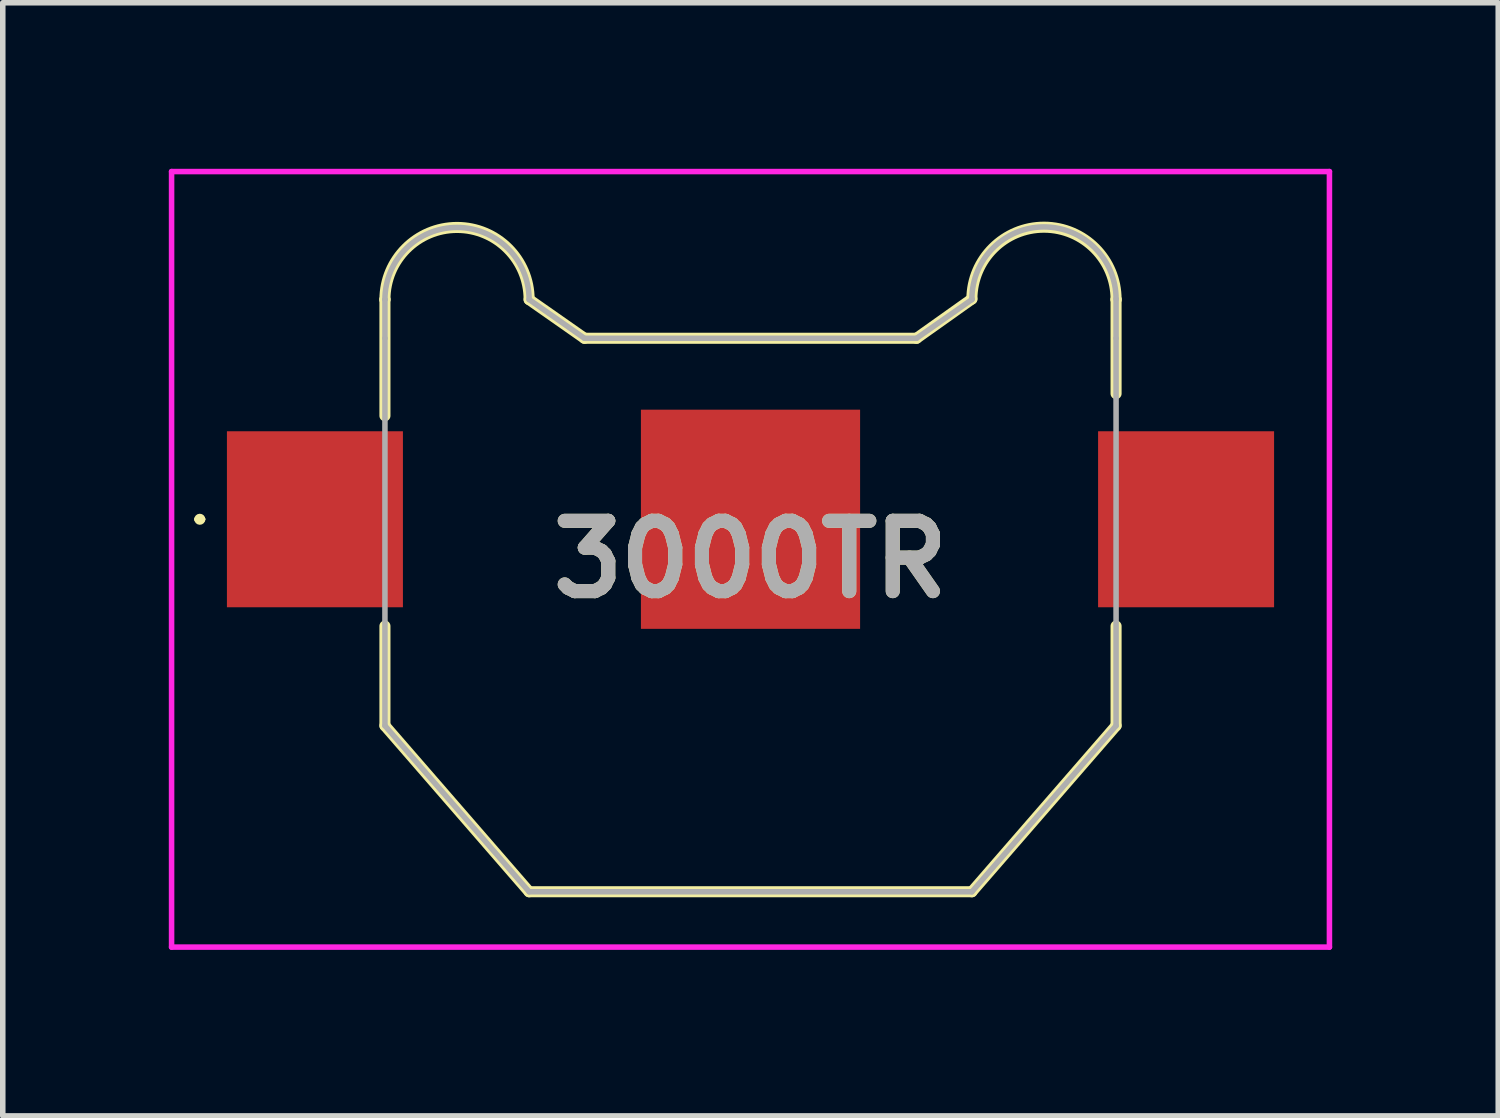
<source format=kicad_pcb>
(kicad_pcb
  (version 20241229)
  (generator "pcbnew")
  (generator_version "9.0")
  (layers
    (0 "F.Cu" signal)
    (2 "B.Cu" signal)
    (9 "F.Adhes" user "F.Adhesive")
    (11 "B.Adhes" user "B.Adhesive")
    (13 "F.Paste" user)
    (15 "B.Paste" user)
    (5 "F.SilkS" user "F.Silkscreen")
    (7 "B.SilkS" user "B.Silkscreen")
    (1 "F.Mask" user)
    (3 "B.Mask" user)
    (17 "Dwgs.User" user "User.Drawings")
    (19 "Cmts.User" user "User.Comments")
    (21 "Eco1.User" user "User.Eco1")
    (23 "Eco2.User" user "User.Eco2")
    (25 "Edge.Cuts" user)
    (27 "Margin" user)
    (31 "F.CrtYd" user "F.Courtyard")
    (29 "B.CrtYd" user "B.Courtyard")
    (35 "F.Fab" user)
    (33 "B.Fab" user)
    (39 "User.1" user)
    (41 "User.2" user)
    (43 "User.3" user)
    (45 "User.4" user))
  (footprint "3000TR"
    (layer "F.Cu")
    (at 10.51 7.056)
    (property "Reference" "3000TR" (at 0 0 0) (layer "F.SilkS") (effects (font (size 1.27 1.27) (thickness 0.254))))
    (attr smd)
    (fp_line (start -10 -0.724) (end -10 -0.724) (stroke (width 0.1) (type solid)) (layer "F.SilkS"))
    (fp_line (start -9.9 -0.724) (end -9.9 -0.724) (stroke (width 0.1) (type solid)) (layer "F.SilkS"))
    (fp_line (start -6.605 -4.694) (end -6.605 -4.694) (stroke (width 0.2) (type solid)) (layer "F.SilkS"))
    (fp_line (start -6.605 -2.594) (end -6.605 -4.694) (stroke (width 0.2) (type solid)) (layer "F.SilkS"))
    (fp_line (start -6.605 1.206) (end -6.605 3.006) (stroke (width 0.2) (type solid)) (layer "F.SilkS"))
    (fp_line (start -6.605 3.006) (end -4 6.006) (stroke (width 0.2) (type solid)) (layer "F.SilkS"))
    (fp_line (start -4 -4.694) (end -3 -3.994) (stroke (width 0.2) (type solid)) (layer "F.SilkS"))
    (fp_line (start -4 6.006) (end 4 6.006) (stroke (width 0.2) (type solid)) (layer "F.SilkS"))
    (fp_line (start -3 -3.994) (end 3 -3.994) (stroke (width 0.2) (type solid)) (layer "F.SilkS"))
    (fp_line (start 3 -3.994) (end 4 -4.704) (stroke (width 0.2) (type solid)) (layer "F.SilkS"))
    (fp_line (start 4 6.006) (end 6.605 3.006) (stroke (width 0.2) (type solid)) (layer "F.SilkS"))
    (fp_line (start 6.605 -4.694) (end 6.605 -4.694) (stroke (width 0.2) (type solid)) (layer "F.SilkS"))
    (fp_line (start 6.605 -2.994) (end 6.605 -4.694) (stroke (width 0.2) (type solid)) (layer "F.SilkS"))
    (fp_line (start 6.605 3.006) (end 6.605 1.206) (stroke (width 0.2) (type solid)) (layer "F.SilkS"))
    (fp_arc (start -10 -0.724) (mid -9.95 -0.774) (end -9.9 -0.724) (stroke (width 0.1) (type solid)) (layer "F.SilkS"))
    (fp_arc (start -9.9 -0.724) (mid -9.95 -0.674) (end -10 -0.724) (stroke (width 0.1) (type solid)) (layer "F.SilkS"))
    (fp_arc (start -6.605 -4.694) (mid -5.3025 -5.9965) (end -4 -4.694) (stroke (width 0.2) (type solid)) (layer "F.SilkS"))
    (fp_arc (start 4.000032 -4.703093) (mid 5.307047 -5.996492) (end 6.605 -4.694) (stroke (width 0.2) (type solid)) (layer "F.SilkS"))
    (fp_line (start -10.46 -7.006) (end 10.46 -7.006) (stroke (width 0.1) (type solid)) (layer "F.CrtYd"))
    (fp_line (start -10.46 7.006) (end -10.46 -7.006) (stroke (width 0.1) (type solid)) (layer "F.CrtYd"))
    (fp_line (start 10.46 -7.006) (end 10.46 7.006) (stroke (width 0.1) (type solid)) (layer "F.CrtYd"))
    (fp_line (start 10.46 7.006) (end -10.46 7.006) (stroke (width 0.1) (type solid)) (layer "F.CrtYd"))
    (fp_line (start -6.605 -4.694) (end -6.605 -4.694) (stroke (width 0.1) (type solid)) (layer "F.Fab"))
    (fp_line (start -6.605 -3.994) (end -6.605 -4.694) (stroke (width 0.1) (type solid)) (layer "F.Fab"))
    (fp_line (start -6.605 -3.994) (end -6.605 3.006) (stroke (width 0.1) (type solid)) (layer "F.Fab"))
    (fp_line (start -6.605 3.006) (end -4 6.006) (stroke (width 0.1) (type solid)) (layer "F.Fab"))
    (fp_line (start -4 -4.694) (end -3 -3.994) (stroke (width 0.1) (type solid)) (layer "F.Fab"))
    (fp_line (start -4 6.006) (end 4 6.006) (stroke (width 0.1) (type solid)) (layer "F.Fab"))
    (fp_line (start -3 -3.994) (end 3 -3.994) (stroke (width 0.1) (type solid)) (layer "F.Fab"))
    (fp_line (start 3 -3.994) (end 4 -4.694) (stroke (width 0.1) (type solid)) (layer "F.Fab"))
    (fp_line (start 4 -4.704) (end 4 -4.704) (stroke (width 0.1) (type solid)) (layer "F.Fab"))
    (fp_line (start 4 -4.694) (end 4 -4.704) (stroke (width 0.1) (type solid)) (layer "F.Fab"))
    (fp_line (start 4 6.006) (end 6.605 3.006) (stroke (width 0.1) (type solid)) (layer "F.Fab"))
    (fp_line (start 6.605 -4.704) (end 6.605 -3.994) (stroke (width 0.1) (type solid)) (layer "F.Fab"))
    (fp_line (start 6.605 3.006) (end 6.605 -3.994) (stroke (width 0.1) (type solid)) (layer "F.Fab"))
    (fp_arc (start -6.605 -4.694) (mid -5.3025 -5.9965) (end -4 -4.694) (stroke (width 0.1) (type solid)) (layer "F.Fab"))
    (fp_arc (start 4 -4.704) (mid 5.303 -6.006) (end 6.605 -4.703) (stroke (width 0.1) (type solid)) (layer "F.Fab"))
    (fp_text user "${REFERENCE}" (at 0 0 0) (layer "F.Fab") (effects (font (size 1.27 1.27) (thickness 0.254))))
    (pad "1" smd rect (at -7.87 -0.724 90) (size 3.18 3.18) (layers "F.Cu" "F.Mask" "F.Paste"))
    (pad "2" smd rect (at 7.87 -0.724 90) (size 3.18 3.18) (layers "F.Cu" "F.Mask" "F.Paste"))
    (pad "3" smd rect (at 0 -0.724 90) (size 3.96 3.96) (layers "F.Cu" "F.Mask" "F.Paste")))
  (gr_rect
    (start -3 -3)
    (end 24.02 17.112)
    (stroke (width 0.1) (type default))
    (fill no)
    (layer "Edge.Cuts")))
</source>
